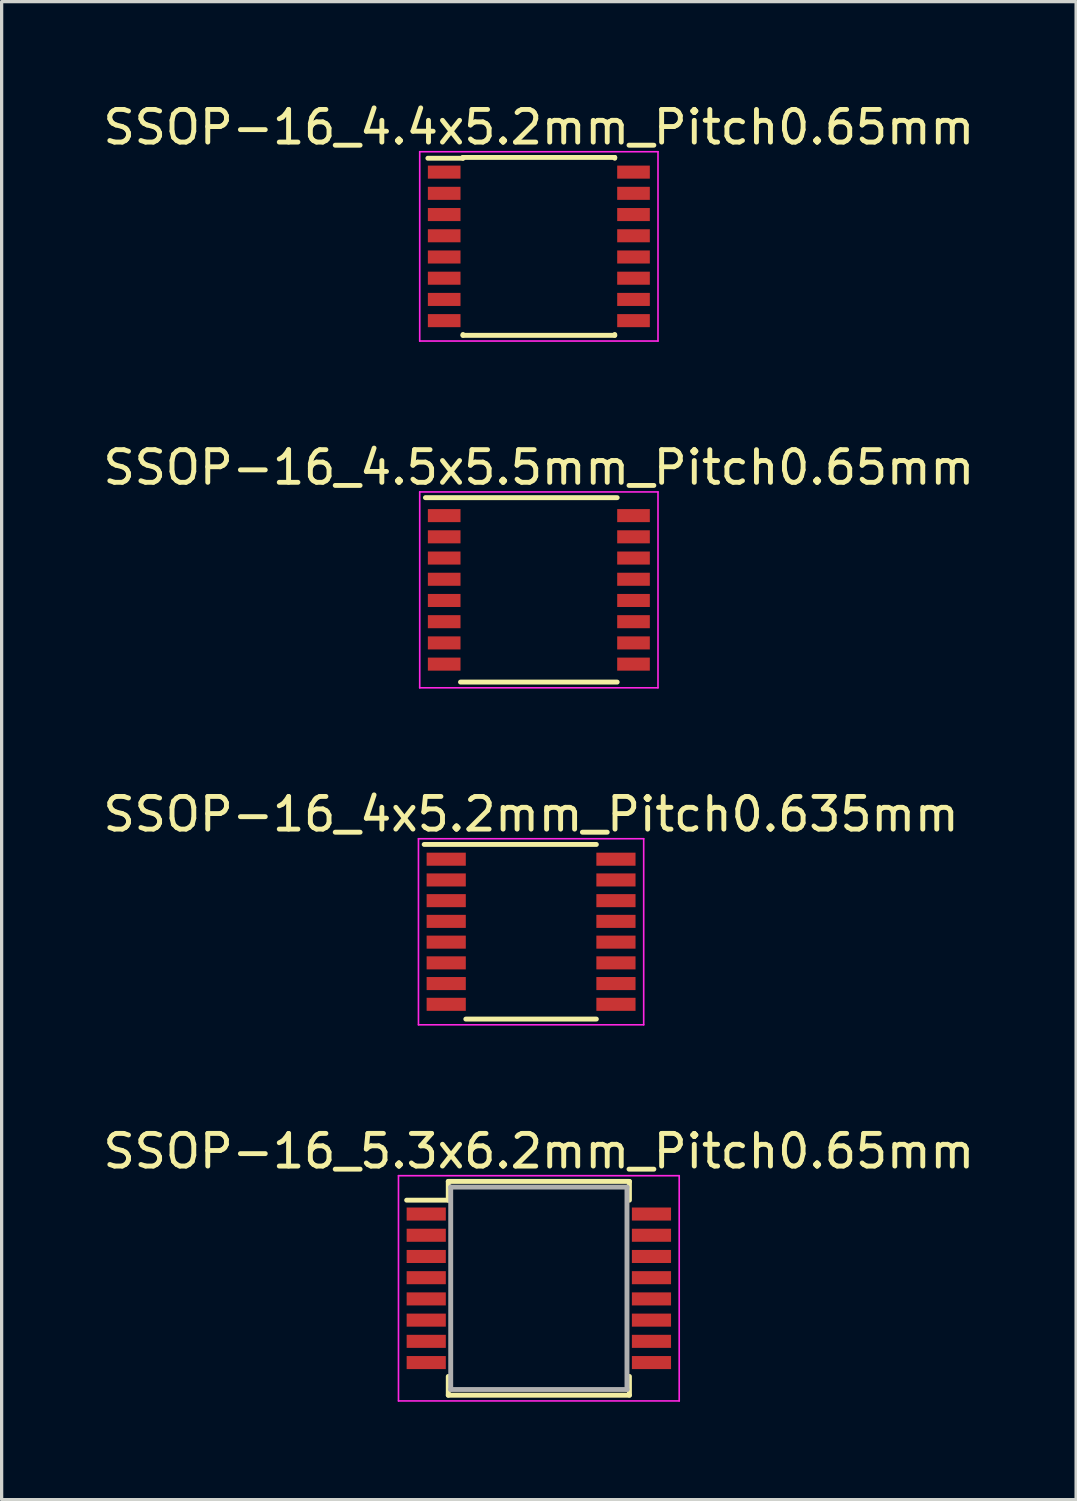
<source format=kicad_pcb>
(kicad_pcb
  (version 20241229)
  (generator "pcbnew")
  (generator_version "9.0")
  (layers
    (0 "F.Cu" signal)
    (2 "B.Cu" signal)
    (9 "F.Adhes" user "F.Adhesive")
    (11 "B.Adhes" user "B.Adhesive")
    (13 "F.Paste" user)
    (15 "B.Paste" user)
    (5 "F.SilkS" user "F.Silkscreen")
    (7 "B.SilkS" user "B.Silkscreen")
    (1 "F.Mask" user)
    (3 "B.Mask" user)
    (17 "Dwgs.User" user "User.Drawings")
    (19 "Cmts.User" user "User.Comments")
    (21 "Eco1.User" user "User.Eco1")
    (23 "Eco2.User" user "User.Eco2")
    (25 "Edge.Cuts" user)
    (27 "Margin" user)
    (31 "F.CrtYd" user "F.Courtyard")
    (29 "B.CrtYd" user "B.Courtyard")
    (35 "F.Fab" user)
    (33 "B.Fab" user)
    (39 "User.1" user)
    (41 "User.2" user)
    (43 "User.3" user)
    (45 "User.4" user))
  (footprint "SSOP-16_4.4x5.2mm_Pitch0.65mm"
    (layer "F.Cu")
    (at 13.458 4.498)
    (property "Reference" "SSOP-16_4.4x5.2mm_Pitch0.65mm" (at 0 -3.65 0) (layer "F.SilkS") (effects (font (size 1 1) (thickness 0.15))))
    (attr smd)
    (fp_line (start -2.325 -2.725) (end -2.325 -2.7) (stroke (width 0.15) (type solid)) (layer "F.SilkS"))
    (fp_line (start -2.325 -2.725) (end 2.325 -2.725) (stroke (width 0.15) (type solid)) (layer "F.SilkS"))
    (fp_line (start -2.325 -2.7) (end -3.4 -2.7) (stroke (width 0.15) (type solid)) (layer "F.SilkS"))
    (fp_line (start -2.325 2.725) (end -2.325 2.7) (stroke (width 0.15) (type solid)) (layer "F.SilkS"))
    (fp_line (start -2.325 2.725) (end 2.325 2.725) (stroke (width 0.15) (type solid)) (layer "F.SilkS"))
    (fp_line (start 2.325 -2.725) (end 2.325 -2.7) (stroke (width 0.15) (type solid)) (layer "F.SilkS"))
    (fp_line (start 2.325 2.725) (end 2.325 2.7) (stroke (width 0.15) (type solid)) (layer "F.SilkS"))
    (fp_line (start -3.65 -2.9) (end -3.65 2.9) (stroke (width 0.05) (type solid)) (layer "F.CrtYd"))
    (fp_line (start -3.65 -2.9) (end 3.65 -2.9) (stroke (width 0.05) (type solid)) (layer "F.CrtYd"))
    (fp_line (start -3.65 2.9) (end 3.65 2.9) (stroke (width 0.05) (type solid)) (layer "F.CrtYd"))
    (fp_line (start 3.65 -2.9) (end 3.65 2.9) (stroke (width 0.05) (type solid)) (layer "F.CrtYd"))
    (pad "1" smd rect (at -2.9 -2.275) (size 1 0.4) (layers "F.Cu" "F.Mask" "F.Paste"))
    (pad "2" smd rect (at -2.9 -1.625) (size 1 0.4) (layers "F.Cu" "F.Mask" "F.Paste"))
    (pad "3" smd rect (at -2.9 -0.975) (size 1 0.4) (layers "F.Cu" "F.Mask" "F.Paste"))
    (pad "4" smd rect (at -2.9 -0.325) (size 1 0.4) (layers "F.Cu" "F.Mask" "F.Paste"))
    (pad "5" smd rect (at -2.9 0.325) (size 1 0.4) (layers "F.Cu" "F.Mask" "F.Paste"))
    (pad "6" smd rect (at -2.9 0.975) (size 1 0.4) (layers "F.Cu" "F.Mask" "F.Paste"))
    (pad "7" smd rect (at -2.9 1.625) (size 1 0.4) (layers "F.Cu" "F.Mask" "F.Paste"))
    (pad "8" smd rect (at -2.9 2.275) (size 1 0.4) (layers "F.Cu" "F.Mask" "F.Paste"))
    (pad "9" smd rect (at 2.9 2.275) (size 1 0.4) (layers "F.Cu" "F.Mask" "F.Paste"))
    (pad "10" smd rect (at 2.9 1.625) (size 1 0.4) (layers "F.Cu" "F.Mask" "F.Paste"))
    (pad "11" smd rect (at 2.9 0.975) (size 1 0.4) (layers "F.Cu" "F.Mask" "F.Paste"))
    (pad "12" smd rect (at 2.9 0.325) (size 1 0.4) (layers "F.Cu" "F.Mask" "F.Paste"))
    (pad "13" smd rect (at 2.9 -0.325) (size 1 0.4) (layers "F.Cu" "F.Mask" "F.Paste"))
    (pad "14" smd rect (at 2.9 -0.975) (size 1 0.4) (layers "F.Cu" "F.Mask" "F.Paste"))
    (pad "15" smd rect (at 2.9 -1.625) (size 1 0.4) (layers "F.Cu" "F.Mask" "F.Paste"))
    (pad "16" smd rect (at 2.9 -2.275) (size 1 0.4) (layers "F.Cu" "F.Mask" "F.Paste")))
  (footprint "SSOP-16_5.3x6.2mm_Pitch0.65mm"
    (layer "F.Cu")
    (at 13.458 36.418)
    (property "Reference" "SSOP-16_5.3x6.2mm_Pitch0.65mm" (at 0 -4.2 0) (layer "F.SilkS") (effects (font (size 1 1) (thickness 0.15))))
    (attr smd)
    (fp_line (start -2.775 -3.275) (end -2.775 -2.7) (stroke (width 0.15) (type solid)) (layer "F.SilkS"))
    (fp_line (start -2.775 -3.275) (end 2.775 -3.275) (stroke (width 0.15) (type solid)) (layer "F.SilkS"))
    (fp_line (start -2.775 -2.7) (end -4.05 -2.7) (stroke (width 0.15) (type solid)) (layer "F.SilkS"))
    (fp_line (start -2.775 3.275) (end -2.775 2.7) (stroke (width 0.15) (type solid)) (layer "F.SilkS"))
    (fp_line (start -2.775 3.275) (end 2.775 3.275) (stroke (width 0.15) (type solid)) (layer "F.SilkS"))
    (fp_line (start 2.775 -3.275) (end 2.775 -2.7) (stroke (width 0.15) (type solid)) (layer "F.SilkS"))
    (fp_line (start 2.775 3.275) (end 2.775 2.7) (stroke (width 0.15) (type solid)) (layer "F.SilkS"))
    (fp_line (start -4.3 -3.45) (end -4.3 3.45) (stroke (width 0.05) (type solid)) (layer "F.CrtYd"))
    (fp_line (start -4.3 -3.45) (end 4.3 -3.45) (stroke (width 0.05) (type solid)) (layer "F.CrtYd"))
    (fp_line (start -4.3 3.45) (end 4.3 3.45) (stroke (width 0.05) (type solid)) (layer "F.CrtYd"))
    (fp_line (start 4.3 -3.45) (end 4.3 3.45) (stroke (width 0.05) (type solid)) (layer "F.CrtYd"))
    (fp_line (start -2.7 -3.1) (end 2.7 -3.1) (stroke (width 0.15) (type solid)) (layer "F.Fab"))
    (fp_line (start -2.7 3.1) (end -2.7 -3.1) (stroke (width 0.15) (type solid)) (layer "F.Fab"))
    (fp_line (start 2.7 -3.1) (end 2.7 3.1) (stroke (width 0.15) (type solid)) (layer "F.Fab"))
    (fp_line (start 2.7 3.1) (end -2.7 3.1) (stroke (width 0.15) (type solid)) (layer "F.Fab"))
    (pad "1" smd rect (at -3.45 -2.275) (size 1.2 0.4) (layers "F.Cu" "F.Mask" "F.Paste"))
    (pad "2" smd rect (at -3.45 -1.625) (size 1.2 0.4) (layers "F.Cu" "F.Mask" "F.Paste"))
    (pad "3" smd rect (at -3.45 -0.975) (size 1.2 0.4) (layers "F.Cu" "F.Mask" "F.Paste"))
    (pad "4" smd rect (at -3.45 -0.325) (size 1.2 0.4) (layers "F.Cu" "F.Mask" "F.Paste"))
    (pad "5" smd rect (at -3.45 0.325) (size 1.2 0.4) (layers "F.Cu" "F.Mask" "F.Paste"))
    (pad "6" smd rect (at -3.45 0.975) (size 1.2 0.4) (layers "F.Cu" "F.Mask" "F.Paste"))
    (pad "7" smd rect (at -3.45 1.625) (size 1.2 0.4) (layers "F.Cu" "F.Mask" "F.Paste"))
    (pad "8" smd rect (at -3.45 2.275) (size 1.2 0.4) (layers "F.Cu" "F.Mask" "F.Paste"))
    (pad "9" smd rect (at 3.45 2.275) (size 1.2 0.4) (layers "F.Cu" "F.Mask" "F.Paste"))
    (pad "10" smd rect (at 3.45 1.625) (size 1.2 0.4) (layers "F.Cu" "F.Mask" "F.Paste"))
    (pad "11" smd rect (at 3.45 0.975) (size 1.2 0.4) (layers "F.Cu" "F.Mask" "F.Paste"))
    (pad "12" smd rect (at 3.45 0.325) (size 1.2 0.4) (layers "F.Cu" "F.Mask" "F.Paste"))
    (pad "13" smd rect (at 3.45 -0.325) (size 1.2 0.4) (layers "F.Cu" "F.Mask" "F.Paste"))
    (pad "14" smd rect (at 3.45 -0.975) (size 1.2 0.4) (layers "F.Cu" "F.Mask" "F.Paste"))
    (pad "15" smd rect (at 3.45 -1.625) (size 1.2 0.4) (layers "F.Cu" "F.Mask" "F.Paste"))
    (pad "16" smd rect (at 3.45 -2.275) (size 1.2 0.4) (layers "F.Cu" "F.Mask" "F.Paste")))
  (footprint "SSOP-16_4x5.2mm_Pitch0.635mm"
    (layer "F.Cu")
    (at 13.22 25.495)
    (property "Reference" "SSOP-16_4x5.2mm_Pitch0.635mm" (at 0 -3.6 0) (layer "F.SilkS") (effects (font (size 1 1) (thickness 0.15))))
    (attr smd)
    (fp_line (start -3.275 -2.675) (end 2 -2.675) (stroke (width 0.15) (type solid)) (layer "F.SilkS"))
    (fp_line (start -2 2.675) (end 2 2.675) (stroke (width 0.15) (type solid)) (layer "F.SilkS"))
    (fp_line (start -3.45 -2.85) (end -3.45 2.85) (stroke (width 0.05) (type solid)) (layer "F.CrtYd"))
    (fp_line (start -3.45 -2.85) (end 3.45 -2.85) (stroke (width 0.05) (type solid)) (layer "F.CrtYd"))
    (fp_line (start -3.45 2.85) (end 3.45 2.85) (stroke (width 0.05) (type solid)) (layer "F.CrtYd"))
    (fp_line (start 3.45 -2.85) (end 3.45 2.85) (stroke (width 0.05) (type solid)) (layer "F.CrtYd"))
    (pad "1" smd rect (at -2.6 -2.223) (size 1.2 0.4) (layers "F.Cu" "F.Mask" "F.Paste"))
    (pad "2" smd rect (at -2.6 -1.587) (size 1.2 0.4) (layers "F.Cu" "F.Mask" "F.Paste"))
    (pad "3" smd rect (at -2.6 -0.953) (size 1.2 0.4) (layers "F.Cu" "F.Mask" "F.Paste"))
    (pad "4" smd rect (at -2.6 -0.318) (size 1.2 0.4) (layers "F.Cu" "F.Mask" "F.Paste"))
    (pad "5" smd rect (at -2.6 0.318) (size 1.2 0.4) (layers "F.Cu" "F.Mask" "F.Paste"))
    (pad "6" smd rect (at -2.6 0.953) (size 1.2 0.4) (layers "F.Cu" "F.Mask" "F.Paste"))
    (pad "7" smd rect (at -2.6 1.587) (size 1.2 0.4) (layers "F.Cu" "F.Mask" "F.Paste"))
    (pad "8" smd rect (at -2.6 2.223) (size 1.2 0.4) (layers "F.Cu" "F.Mask" "F.Paste"))
    (pad "9" smd rect (at 2.6 2.223) (size 1.2 0.4) (layers "F.Cu" "F.Mask" "F.Paste"))
    (pad "10" smd rect (at 2.6 1.587) (size 1.2 0.4) (layers "F.Cu" "F.Mask" "F.Paste"))
    (pad "11" smd rect (at 2.6 0.953) (size 1.2 0.4) (layers "F.Cu" "F.Mask" "F.Paste"))
    (pad "12" smd rect (at 2.6 0.318) (size 1.2 0.4) (layers "F.Cu" "F.Mask" "F.Paste"))
    (pad "13" smd rect (at 2.6 -0.318) (size 1.2 0.4) (layers "F.Cu" "F.Mask" "F.Paste"))
    (pad "14" smd rect (at 2.6 -0.953) (size 1.2 0.4) (layers "F.Cu" "F.Mask" "F.Paste"))
    (pad "15" smd rect (at 2.6 -1.587) (size 1.2 0.4) (layers "F.Cu" "F.Mask" "F.Paste"))
    (pad "16" smd rect (at 2.6 -2.223) (size 1.2 0.4) (layers "F.Cu" "F.Mask" "F.Paste")))
  (footprint "SSOP-16_4.5x5.5mm_Pitch0.65mm"
    (layer "F.Cu")
    (at 13.458 15.021)
    (property "Reference" "SSOP-16_4.5x5.5mm_Pitch0.65mm" (at 0 -3.75 0) (layer "F.SilkS") (effects (font (size 1 1) (thickness 0.15))))
    (attr smd)
    (fp_line (start -3.475 -2.825) (end 2.4 -2.825) (stroke (width 0.15) (type solid)) (layer "F.SilkS"))
    (fp_line (start -2.4 2.825) (end 2.4 2.825) (stroke (width 0.15) (type solid)) (layer "F.SilkS"))
    (fp_line (start -3.65 -3) (end -3.65 3) (stroke (width 0.05) (type solid)) (layer "F.CrtYd"))
    (fp_line (start -3.65 -3) (end 3.65 -3) (stroke (width 0.05) (type solid)) (layer "F.CrtYd"))
    (fp_line (start -3.65 3) (end 3.65 3) (stroke (width 0.05) (type solid)) (layer "F.CrtYd"))
    (fp_line (start 3.65 -3) (end 3.65 3) (stroke (width 0.05) (type solid)) (layer "F.CrtYd"))
    (pad "1" smd rect (at -2.9 -2.275) (size 1 0.4) (layers "F.Cu" "F.Mask" "F.Paste"))
    (pad "2" smd rect (at -2.9 -1.625) (size 1 0.4) (layers "F.Cu" "F.Mask" "F.Paste"))
    (pad "3" smd rect (at -2.9 -0.975) (size 1 0.4) (layers "F.Cu" "F.Mask" "F.Paste"))
    (pad "4" smd rect (at -2.9 -0.325) (size 1 0.4) (layers "F.Cu" "F.Mask" "F.Paste"))
    (pad "5" smd rect (at -2.9 0.325) (size 1 0.4) (layers "F.Cu" "F.Mask" "F.Paste"))
    (pad "6" smd rect (at -2.9 0.975) (size 1 0.4) (layers "F.Cu" "F.Mask" "F.Paste"))
    (pad "7" smd rect (at -2.9 1.625) (size 1 0.4) (layers "F.Cu" "F.Mask" "F.Paste"))
    (pad "8" smd rect (at -2.9 2.275) (size 1 0.4) (layers "F.Cu" "F.Mask" "F.Paste"))
    (pad "9" smd rect (at 2.9 2.275) (size 1 0.4) (layers "F.Cu" "F.Mask" "F.Paste"))
    (pad "10" smd rect (at 2.9 1.625) (size 1 0.4) (layers "F.Cu" "F.Mask" "F.Paste"))
    (pad "11" smd rect (at 2.9 0.975) (size 1 0.4) (layers "F.Cu" "F.Mask" "F.Paste"))
    (pad "12" smd rect (at 2.9 0.325) (size 1 0.4) (layers "F.Cu" "F.Mask" "F.Paste"))
    (pad "13" smd rect (at 2.9 -0.325) (size 1 0.4) (layers "F.Cu" "F.Mask" "F.Paste"))
    (pad "14" smd rect (at 2.9 -0.975) (size 1 0.4) (layers "F.Cu" "F.Mask" "F.Paste"))
    (pad "15" smd rect (at 2.9 -1.625) (size 1 0.4) (layers "F.Cu" "F.Mask" "F.Paste"))
    (pad "16" smd rect (at 2.9 -2.275) (size 1 0.4) (layers "F.Cu" "F.Mask" "F.Paste")))
  (gr_rect
    (start -3 -3)
    (end 29.917 42.893)
    (stroke (width 0.1) (type default))
    (fill no)
    (layer "Edge.Cuts")))
</source>
